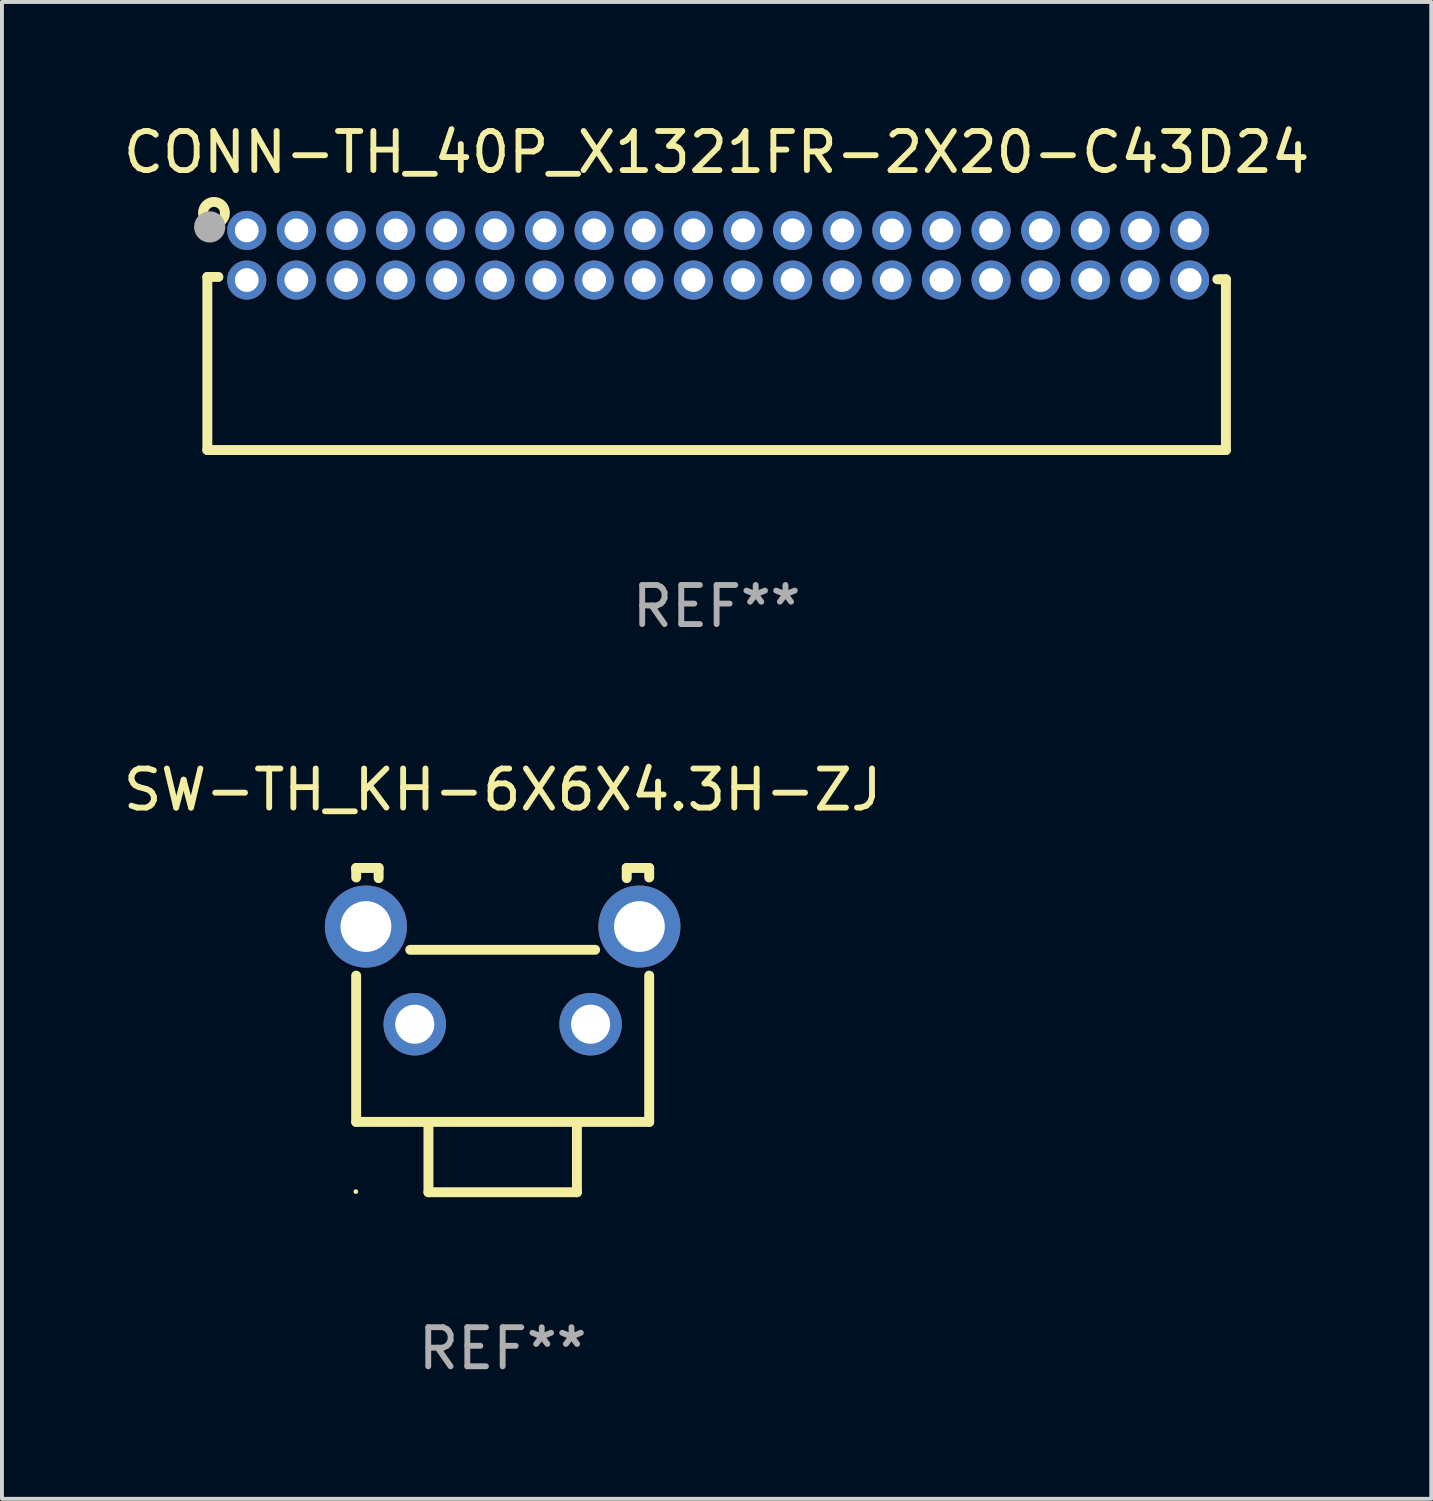
<source format=kicad_pcb>
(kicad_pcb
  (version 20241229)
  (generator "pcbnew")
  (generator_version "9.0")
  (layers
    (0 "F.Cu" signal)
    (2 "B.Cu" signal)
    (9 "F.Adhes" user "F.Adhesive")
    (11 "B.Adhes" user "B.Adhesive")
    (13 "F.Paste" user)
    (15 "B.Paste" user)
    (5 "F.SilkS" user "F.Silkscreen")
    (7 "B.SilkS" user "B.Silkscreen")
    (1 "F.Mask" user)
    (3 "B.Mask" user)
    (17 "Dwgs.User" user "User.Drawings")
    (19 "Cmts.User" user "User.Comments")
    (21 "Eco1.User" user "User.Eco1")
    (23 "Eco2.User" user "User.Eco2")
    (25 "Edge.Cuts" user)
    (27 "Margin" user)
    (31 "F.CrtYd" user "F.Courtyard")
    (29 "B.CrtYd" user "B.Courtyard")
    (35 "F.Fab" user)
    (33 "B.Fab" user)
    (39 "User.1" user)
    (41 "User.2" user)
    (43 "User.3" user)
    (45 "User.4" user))
  (footprint "CONN-TH_40P_X1321FR-2X20-C43D24"
    (layer "F.Cu")
    (at 15.332 3.483)
    (property "Reference" "CONN-TH_40P_X1321FR-2X20-C43D24" (at -0.04 -2.635 0) (layer "F.SilkS") (effects (font (size 1 1) (thickness 0.15))))
    (attr through_hole)
    (fp_line (start -13.075 0.555) (end -13.075 4.985) (stroke (width 0.254) (type solid)) (layer "F.SilkS"))
    (fp_line (start -13.075 4.985) (end 12.995 4.985) (stroke (width 0.254) (type solid)) (layer "F.SilkS"))
    (fp_line (start -12.792 0.555) (end -13.075 0.555) (stroke (width 0.254) (type solid)) (layer "F.SilkS"))
    (fp_line (start 12.865 0.615) (end 12.775 0.615) (stroke (width 0.254) (type solid)) (layer "F.SilkS"))
    (fp_line (start 12.995 0.615) (end 12.865 0.615) (stroke (width 0.254) (type solid)) (layer "F.SilkS"))
    (fp_line (start 12.995 4.985) (end 12.995 0.615) (stroke (width 0.254) (type solid)) (layer "F.SilkS"))
    (fp_circle (center -12.905 -1.085) (end -12.625 -1.085) (stroke (width 0.254) (type solid)) (fill no) (layer "F.SilkS"))
    (fp_circle (center -12.9 -0.71) (end -12.87 -0.71) (stroke (width 0.06) (type solid)) (fill no) (layer "F.SilkS"))
    (fp_circle (center -13.015 -0.725) (end -12.815 -0.725) (stroke (width 0.4) (type solid)) (fill no) (layer "F.Fab"))
    (fp_text user "REF**" (at -0.04 8.985 0) (layer "F.Fab") (effects (font (size 1 1) (thickness 0.15))))
    (pad "1" thru_hole circle (at -12.066 -0.635) (size 1 1) (drill 0.61) (layers "*.Cu" "*.Mask"))
    (pad "2" thru_hole circle (at -12.066 0.635) (size 1 1) (drill 0.61) (layers "*.Cu" "*.Mask"))
    (pad "3" thru_hole circle (at -10.796 -0.635) (size 1 1) (drill 0.61) (layers "*.Cu" "*.Mask"))
    (pad "4" thru_hole circle (at -10.796 0.635) (size 1 1) (drill 0.61) (layers "*.Cu" "*.Mask"))
    (pad "5" thru_hole circle (at -9.526 -0.635) (size 1 1) (drill 0.61) (layers "*.Cu" "*.Mask"))
    (pad "6" thru_hole circle (at -9.526 0.635) (size 1 1) (drill 0.61) (layers "*.Cu" "*.Mask"))
    (pad "7" thru_hole circle (at -8.255 -0.635) (size 1 1) (drill 0.61) (layers "*.Cu" "*.Mask"))
    (pad "8" thru_hole circle (at -8.256 0.635) (size 1 1) (drill 0.61) (layers "*.Cu" "*.Mask"))
    (pad "9" thru_hole circle (at -6.985 -0.635) (size 1 1) (drill 0.61) (layers "*.Cu" "*.Mask"))
    (pad "10" thru_hole circle (at -6.985 0.635) (size 1 1) (drill 0.61) (layers "*.Cu" "*.Mask"))
    (pad "11" thru_hole circle (at -5.715 -0.635) (size 1 1) (drill 0.61) (layers "*.Cu" "*.Mask"))
    (pad "12" thru_hole circle (at -5.715 0.635) (size 1 1) (drill 0.61) (layers "*.Cu" "*.Mask"))
    (pad "13" thru_hole circle (at -4.445 -0.635) (size 1 1) (drill 0.61) (layers "*.Cu" "*.Mask"))
    (pad "14" thru_hole circle (at -4.445 0.635) (size 1 1) (drill 0.61) (layers "*.Cu" "*.Mask"))
    (pad "15" thru_hole circle (at -3.175 -0.635) (size 1 1) (drill 0.61) (layers "*.Cu" "*.Mask"))
    (pad "16" thru_hole circle (at -3.175 0.635) (size 1 1) (drill 0.61) (layers "*.Cu" "*.Mask"))
    (pad "17" thru_hole circle (at -1.905 -0.635) (size 1 1) (drill 0.61) (layers "*.Cu" "*.Mask"))
    (pad "18" thru_hole circle (at -1.905 0.635) (size 1 1) (drill 0.61) (layers "*.Cu" "*.Mask"))
    (pad "19" thru_hole circle (at -0.635 -0.635) (size 1 1) (drill 0.61) (layers "*.Cu" "*.Mask"))
    (pad "20" thru_hole circle (at -0.635 0.635) (size 1 1) (drill 0.61) (layers "*.Cu" "*.Mask"))
    (pad "21" thru_hole circle (at 0.635 -0.635) (size 1 1) (drill 0.61) (layers "*.Cu" "*.Mask"))
    (pad "22" thru_hole circle (at 0.635 0.635) (size 1 1) (drill 0.61) (layers "*.Cu" "*.Mask"))
    (pad "23" thru_hole circle (at 1.905 -0.635) (size 1 1) (drill 0.61) (layers "*.Cu" "*.Mask"))
    (pad "24" thru_hole circle (at 1.905 0.635) (size 1 1) (drill 0.61) (layers "*.Cu" "*.Mask"))
    (pad "25" thru_hole circle (at 3.175 -0.635) (size 1 1) (drill 0.61) (layers "*.Cu" "*.Mask"))
    (pad "26" thru_hole circle (at 3.175 0.635) (size 1 1) (drill 0.61) (layers "*.Cu" "*.Mask"))
    (pad "27" thru_hole circle (at 4.445 -0.635) (size 1 1) (drill 0.61) (layers "*.Cu" "*.Mask"))
    (pad "28" thru_hole circle (at 4.445 0.635) (size 1 1) (drill 0.61) (layers "*.Cu" "*.Mask"))
    (pad "29" thru_hole circle (at 5.715 -0.635) (size 1 1) (drill 0.61) (layers "*.Cu" "*.Mask"))
    (pad "30" thru_hole circle (at 5.715 0.635) (size 1 1) (drill 0.61) (layers "*.Cu" "*.Mask"))
    (pad "31" thru_hole circle (at 6.985 -0.635) (size 1 1) (drill 0.61) (layers "*.Cu" "*.Mask"))
    (pad "32" thru_hole circle (at 6.985 0.635) (size 1 1) (drill 0.61) (layers "*.Cu" "*.Mask"))
    (pad "33" thru_hole circle (at 8.255 -0.635) (size 1 1) (drill 0.61) (layers "*.Cu" "*.Mask"))
    (pad "34" thru_hole circle (at 8.255 0.635) (size 1 1) (drill 0.61) (layers "*.Cu" "*.Mask"))
    (pad "35" thru_hole circle (at 9.525 -0.635) (size 1 1) (drill 0.61) (layers "*.Cu" "*.Mask"))
    (pad "36" thru_hole circle (at 9.525 0.635) (size 1 1) (drill 0.61) (layers "*.Cu" "*.Mask"))
    (pad "37" thru_hole circle (at 10.796 -0.635) (size 1 1) (drill 0.61) (layers "*.Cu" "*.Mask"))
    (pad "38" thru_hole circle (at 10.796 0.635) (size 1 1) (drill 0.61) (layers "*.Cu" "*.Mask"))
    (pad "39" thru_hole circle (at 12.066 -0.635) (size 1 1) (drill 0.61) (layers "*.Cu" "*.Mask"))
    (pad "40" thru_hole circle (at 12.066 0.635) (size 1 1) (drill 0.61) (layers "*.Cu" "*.Mask")))
  (footprint "SW-TH_KH-6X6X4.3H-ZJ"
    (layer "F.Cu")
    (at 9.816 21.915)
    (property "Reference" "SW-TH_KH-6X6X4.3H-ZJ" (at -0.000127 -4.75 0) (layer "F.SilkS") (effects (font (size 1 1) (thickness 0.15))))
    (attr through_hole)
    (fp_line (start -3.75 3.75) (end -3.75 0.006) (stroke (width 0.254) (type solid)) (layer "F.SilkS"))
    (fp_line (start -3.75 3.75) (end 3.75 3.75) (stroke (width 0.254) (type solid)) (layer "F.SilkS"))
    (fp_line (start -3.749 -2.75) (end -3.175 -2.75) (stroke (width 0.254) (type solid)) (layer "F.SilkS"))
    (fp_line (start -3.749 -2.718) (end -3.749 -2.75) (stroke (width 0.254) (type solid)) (layer "F.SilkS"))
    (fp_line (start -3.749 -2.507) (end -3.749 -2.718) (stroke (width 0.254) (type solid)) (layer "F.SilkS"))
    (fp_line (start -3.175 -2.75) (end -3.175 -2.489) (stroke (width 0.254) (type solid)) (layer "F.SilkS"))
    (fp_line (start -2.366 -0.655) (end 2.366 -0.655) (stroke (width 0.254) (type solid)) (layer "F.SilkS"))
    (fp_line (start -1.9 5.55) (end 1.9 5.55) (stroke (width 0.254) (type solid)) (layer "F.SilkS"))
    (fp_line (start -1.9 3.75) (end -1.9 5.55) (stroke (width 0.254) (type solid)) (layer "F.SilkS"))
    (fp_line (start 1.9 3.75) (end 1.9 5.55) (stroke (width 0.254) (type solid)) (layer "F.SilkS"))
    (fp_line (start 3.175 -2.75) (end 3.175 -2.489) (stroke (width 0.254) (type solid)) (layer "F.SilkS"))
    (fp_line (start 3.75 -2.75) (end 3.175 -2.75) (stroke (width 0.254) (type solid)) (layer "F.SilkS"))
    (fp_line (start 3.75 -2.507) (end 3.75 -2.75) (stroke (width 0.254) (type solid)) (layer "F.SilkS"))
    (fp_line (start 3.75 3.75) (end 3.75 0.006) (stroke (width 0.254) (type solid)) (layer "F.SilkS"))
    (fp_circle (center -3.759 5.534) (end -3.729 5.534) (stroke (width 0.06) (type solid)) (fill no) (layer "F.SilkS"))
    (fp_text user "REF**" (at -0.000127 9.55 0) (layer "F.Fab") (effects (font (size 1 1) (thickness 0.15))))
    (pad "1" thru_hole circle (at -2.25 1.25) (size 1.6 1.6) (drill 1) (layers "*.Cu" "*.Mask"))
    (pad "2" thru_hole circle (at 2.25 1.25) (size 1.6 1.6) (drill 1) (layers "*.Cu" "*.Mask"))
    (pad "3" thru_hole circle (at -3.5 -1.25) (size 2.1 2.1) (drill 1.3) (layers "*.Cu" "*.Mask"))
    (pad "4" thru_hole circle (at 3.5 -1.25) (size 2.1 2.1) (drill 1.3) (layers "*.Cu" "*.Mask")))
  (gr_rect
    (start -3 -3)
    (end 33.583 35.313)
    (stroke (width 0.1) (type default))
    (fill no)
    (layer "Edge.Cuts")))
</source>
